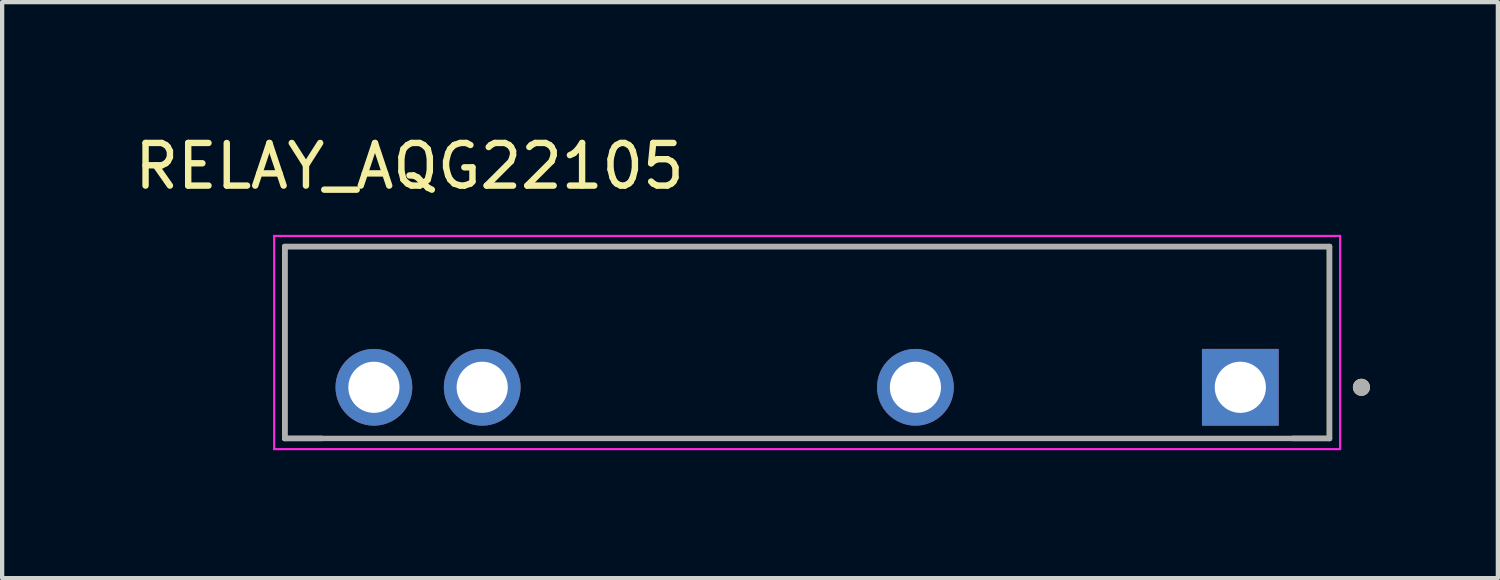
<source format=kicad_pcb>
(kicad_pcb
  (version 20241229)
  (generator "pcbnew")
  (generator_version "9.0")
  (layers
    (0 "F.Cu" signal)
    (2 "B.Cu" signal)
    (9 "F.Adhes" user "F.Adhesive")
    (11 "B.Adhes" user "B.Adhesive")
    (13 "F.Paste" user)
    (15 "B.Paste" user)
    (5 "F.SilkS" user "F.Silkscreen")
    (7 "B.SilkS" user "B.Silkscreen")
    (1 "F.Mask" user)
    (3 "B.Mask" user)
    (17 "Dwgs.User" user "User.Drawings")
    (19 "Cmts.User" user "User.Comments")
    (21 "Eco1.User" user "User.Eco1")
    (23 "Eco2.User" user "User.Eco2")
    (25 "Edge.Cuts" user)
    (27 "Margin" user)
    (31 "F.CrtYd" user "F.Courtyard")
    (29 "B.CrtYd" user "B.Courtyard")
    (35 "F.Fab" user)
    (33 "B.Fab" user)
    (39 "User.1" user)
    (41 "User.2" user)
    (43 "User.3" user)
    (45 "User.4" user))
  (footprint "RELAY_AQG22105"
    (layer "F.Cu")
    (at 15.879 4.983)
    (property "Reference" "RELAY_AQG22105" (at -9.325 -4.135 0) (layer "F.SilkS") (effects (font (size 1 1) (thickness 0.15))))
    (attr through_hole)
    (fp_line (start -12.25 -2.25) (end -12.25 2.25) (stroke (width 0.127) (type solid)) (layer "F.SilkS"))
    (fp_line (start -12.25 2.25) (end -11.38 2.25) (stroke (width 0.127) (type solid)) (layer "F.SilkS"))
    (fp_line (start 11.38 2.25) (end 12.25 2.25) (stroke (width 0.127) (type solid)) (layer "F.SilkS"))
    (fp_line (start 12.25 -2.25) (end -12.25 -2.25) (stroke (width 0.127) (type solid)) (layer "F.SilkS"))
    (fp_line (start 12.25 2.25) (end 12.25 -2.25) (stroke (width 0.127) (type solid)) (layer "F.SilkS"))
    (fp_circle (center 13 1.05) (end 13.1 1.05) (stroke (width 0.2) (type solid)) (fill no) (layer "F.SilkS"))
    (fp_line (start -12.5 -2.5) (end -12.5 2.5) (stroke (width 0.05) (type solid)) (layer "F.CrtYd"))
    (fp_line (start -12.5 2.5) (end 12.5 2.5) (stroke (width 0.05) (type solid)) (layer "F.CrtYd"))
    (fp_line (start 12.5 -2.5) (end -12.5 -2.5) (stroke (width 0.05) (type solid)) (layer "F.CrtYd"))
    (fp_line (start 12.5 2.5) (end 12.5 -2.5) (stroke (width 0.05) (type solid)) (layer "F.CrtYd"))
    (fp_line (start -12.25 -2.25) (end -12.25 2.25) (stroke (width 0.127) (type solid)) (layer "F.Fab"))
    (fp_line (start -12.25 2.25) (end 12.25 2.25) (stroke (width 0.127) (type solid)) (layer "F.Fab"))
    (fp_line (start 12.25 -2.25) (end -12.25 -2.25) (stroke (width 0.127) (type solid)) (layer "F.Fab"))
    (fp_line (start 12.25 2.25) (end 12.25 -2.25) (stroke (width 0.127) (type solid)) (layer "F.Fab"))
    (fp_circle (center 13 1.05) (end 13.1 1.05) (stroke (width 0.2) (type solid)) (fill no) (layer "F.Fab"))
    (pad "1" thru_hole rect (at 10.16 1.05) (size 1.8 1.8) (drill 1.2) (layers "*.Cu" "*.Mask"))
    (pad "2" thru_hole circle (at 2.54 1.05) (size 1.8 1.8) (drill 1.2) (layers "*.Cu" "*.Mask"))
    (pad "3" thru_hole circle (at -7.62 1.05) (size 1.8 1.8) (drill 1.2) (layers "*.Cu" "*.Mask"))
    (pad "4" thru_hole circle (at -10.16 1.05) (size 1.8 1.8) (drill 1.2) (layers "*.Cu" "*.Mask")))
  (gr_rect
    (start -3 -3)
    (end 32.079 10.508)
    (stroke (width 0.1) (type default))
    (fill no)
    (layer "Edge.Cuts")))
</source>
